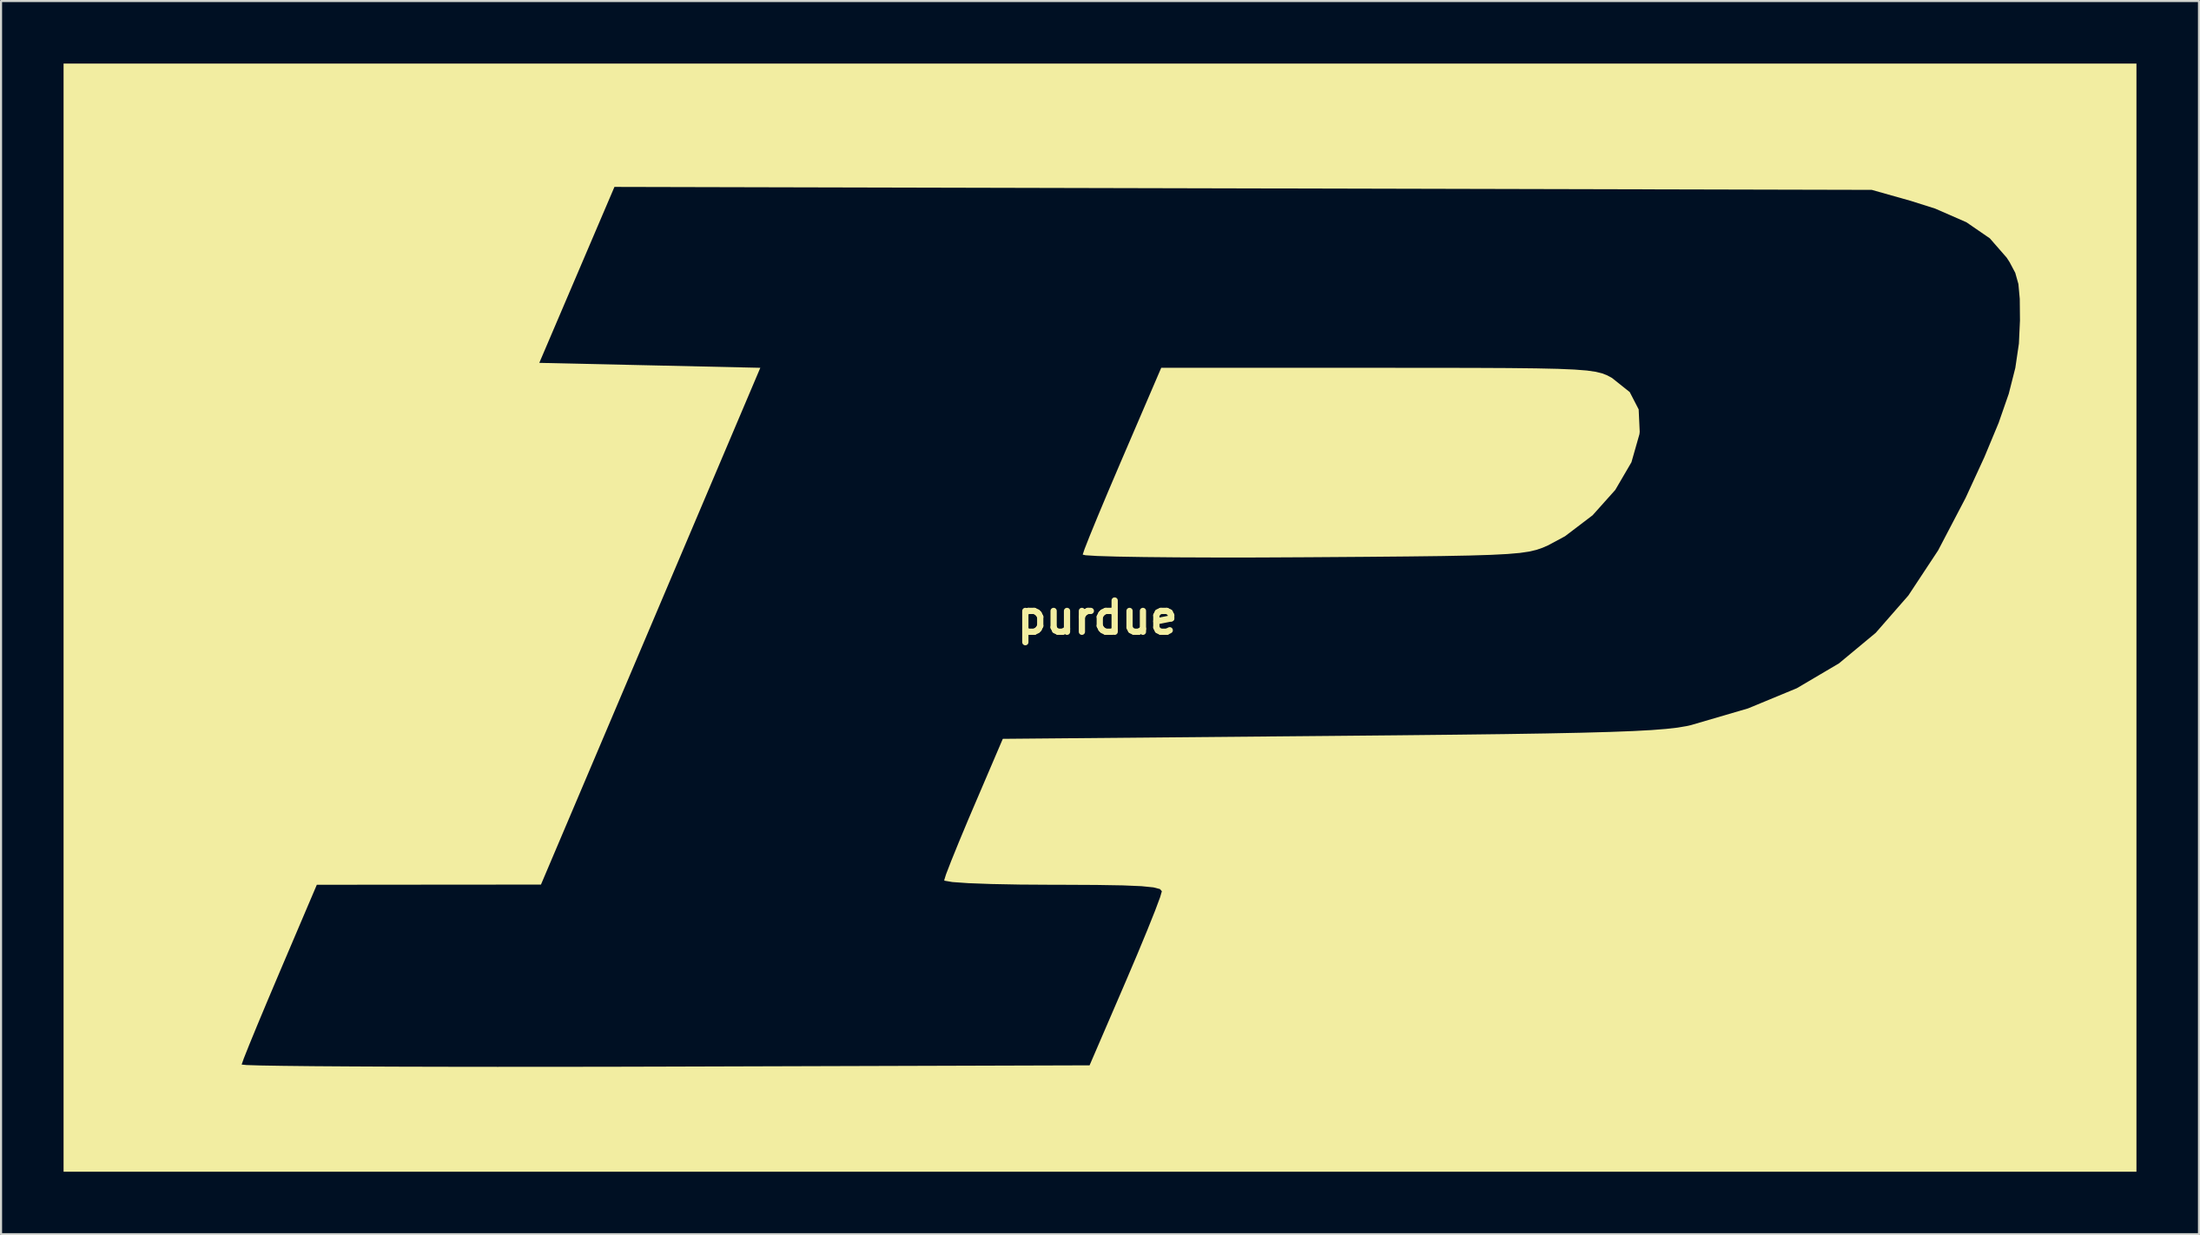
<source format=kicad_pcb>
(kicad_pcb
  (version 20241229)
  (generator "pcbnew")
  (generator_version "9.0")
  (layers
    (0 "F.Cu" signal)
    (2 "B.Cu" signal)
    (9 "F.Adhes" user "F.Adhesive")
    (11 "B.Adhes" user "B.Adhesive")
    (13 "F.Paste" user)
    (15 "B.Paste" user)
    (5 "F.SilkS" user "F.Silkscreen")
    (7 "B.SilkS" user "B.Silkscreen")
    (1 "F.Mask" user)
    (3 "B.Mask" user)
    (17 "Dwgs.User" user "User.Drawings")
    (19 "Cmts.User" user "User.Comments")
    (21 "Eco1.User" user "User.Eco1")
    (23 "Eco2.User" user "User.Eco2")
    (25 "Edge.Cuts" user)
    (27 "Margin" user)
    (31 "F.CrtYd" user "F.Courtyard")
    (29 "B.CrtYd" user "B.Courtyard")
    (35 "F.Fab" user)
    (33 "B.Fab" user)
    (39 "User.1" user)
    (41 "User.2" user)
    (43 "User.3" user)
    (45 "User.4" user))
  (footprint "purdue"
    (layer "F.Cu")
    (at 49.613 26.587)
    (property "Reference" "purdue" (at 0 0 0) (layer "F.SilkS") (effects (font (size 1.5 1.5) (thickness 0.3))))
    (attr board_only exclude_from_pos_files exclude_from_bom)
    (fp_poly (pts (xy 15.953 -11.987) (xy 18.02 -11.984) (xy 19.702 -11.976) (xy 21.044 -11.961) (xy 22.09 -11.938) (xy 22.885 -11.904) (xy 23.475 -11.858) (xy 23.903 -11.797) (xy 24.216 -11.72) (xy 24.457 -11.625) (xy 24.671 -11.509) (xy 24.687 -11.5) (xy 25.537 -10.822) (xy 25.965 -9.993) (xy 26.015 -8.92) (xy 26.002 -8.802) (xy 25.618 -7.455) (xy 24.842 -6.127) (xy 23.755 -4.912) (xy 22.432 -3.906) (xy 21.631 -3.475) (xy 21.355 -3.354) (xy 21.066 -3.254) (xy 20.718 -3.171) (xy 20.267 -3.105) (xy 19.666 -3.053) (xy 18.871 -3.012) (xy 17.836 -2.98) (xy 16.516 -2.955) (xy 14.865 -2.935) (xy 12.839 -2.917) (xy 10.391 -2.9) (xy 9.911 -2.897) (xy 7.716 -2.886) (xy 5.675 -2.885) (xy 3.834 -2.892) (xy 2.241 -2.907) (xy 0.944 -2.929) (xy -0.01 -2.958) (xy -0.574 -2.993) (xy -0.712 -3.024) (xy -0.622 -3.293) (xy -0.372 -3.929) (xy 0.011 -4.863) (xy 0.498 -6.025) (xy 1.061 -7.346) (xy 1.172 -7.605) (xy 3.056 -11.988) (xy 13.456 -11.988)) (stroke (width 0) (type solid)) (fill yes) (layer "F.SilkS"))
    (fp_poly (pts (xy 49.85 0) (xy 49.85 26.587) (xy 0.119 26.587) (xy -49.613 26.587) (xy -49.613 21.446) (xy -41.067 21.446) (xy -40.836 21.469) (xy -40.164 21.49) (xy -39.085 21.508) (xy -37.635 21.524) (xy -35.848 21.536) (xy -33.757 21.546) (xy -31.398 21.552) (xy -28.804 21.555) (xy -26.011 21.554) (xy -23.051 21.55) (xy -20.725 21.544) (xy -0.382 21.483) (xy 1.352 17.461) (xy 1.903 16.166) (xy 2.382 15.01) (xy 2.759 14.068) (xy 3.003 13.415) (xy 3.086 13.129) (xy 2.994 13.024) (xy 2.683 12.944) (xy 2.106 12.886) (xy 1.213 12.848) (xy -0.046 12.827) (xy -1.72 12.819) (xy -2.136 12.819) (xy -3.723 12.809) (xy -5.097 12.783) (xy -6.197 12.742) (xy -6.962 12.688) (xy -7.333 12.625) (xy -7.359 12.603) (xy -7.27 12.319) (xy -7.024 11.682) (xy -6.655 10.773) (xy -6.196 9.673) (xy -5.952 9.102) (xy -4.546 5.816) (xy 11.198 5.676) (xy 14.408 5.646) (xy 17.178 5.617) (xy 19.545 5.588) (xy 21.544 5.557) (xy 23.212 5.523) (xy 24.584 5.485) (xy 25.696 5.443) (xy 26.583 5.395) (xy 27.282 5.34) (xy 27.828 5.278) (xy 28.256 5.206) (xy 28.486 5.154) (xy 31.21 4.357) (xy 33.553 3.388) (xy 35.576 2.195) (xy 37.34 0.729) (xy 38.905 -1.061) (xy 40.333 -3.225) (xy 41.654 -5.749) (xy 42.556 -7.708) (xy 43.237 -9.345) (xy 43.723 -10.742) (xy 44.038 -11.983) (xy 44.21 -13.151) (xy 44.261 -14.259) (xy 44.251 -15.297) (xy 44.186 -16.009) (xy 44.035 -16.545) (xy 43.766 -17.053) (xy 43.624 -17.273) (xy 42.815 -18.2) (xy 41.69 -18.973) (xy 40.19 -19.628) (xy 39.029 -19.996) (xy 37.15 -20.526) (xy 6.985 -20.597) (xy -23.18 -20.668) (xy -24.983 -16.447) (xy -26.786 -12.225) (xy -21.484 -12.107) (xy -16.181 -11.988) (xy -21.443 0.411) (xy -26.706 12.81) (xy -32.083 12.814) (xy -37.461 12.819) (xy -39.264 17.053) (xy -39.822 18.371) (xy -40.31 19.538) (xy -40.699 20.485) (xy -40.961 21.142) (xy -41.066 21.439) (xy -41.067 21.446) (xy -49.613 21.446) (xy -49.613 0) (xy -49.613 -26.587) (xy 0.119 -26.587) (xy 49.85 -26.587)) (stroke (width 0) (type solid)) (fill yes) (layer "F.SilkS")))
  (gr_rect
    (start -3 -3)
    (end 102.464 56.174)
    (stroke (width 0.1) (type default))
    (fill no)
    (layer "Edge.Cuts")))
</source>
